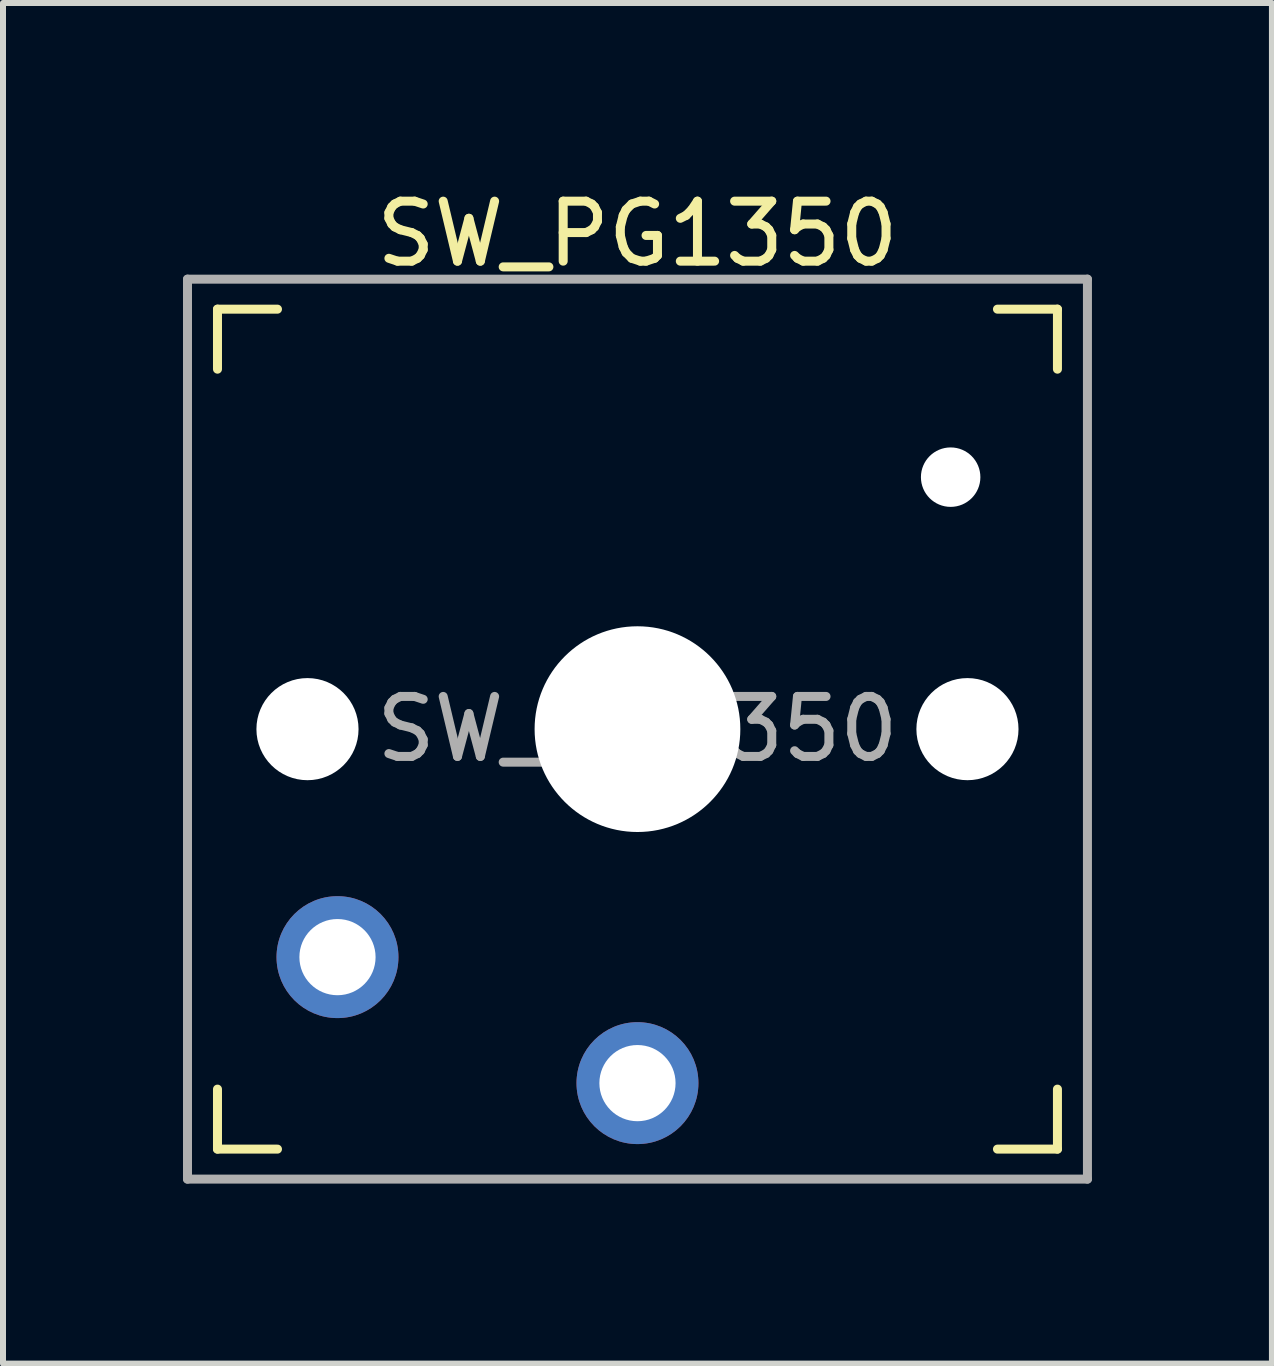
<source format=kicad_pcb>
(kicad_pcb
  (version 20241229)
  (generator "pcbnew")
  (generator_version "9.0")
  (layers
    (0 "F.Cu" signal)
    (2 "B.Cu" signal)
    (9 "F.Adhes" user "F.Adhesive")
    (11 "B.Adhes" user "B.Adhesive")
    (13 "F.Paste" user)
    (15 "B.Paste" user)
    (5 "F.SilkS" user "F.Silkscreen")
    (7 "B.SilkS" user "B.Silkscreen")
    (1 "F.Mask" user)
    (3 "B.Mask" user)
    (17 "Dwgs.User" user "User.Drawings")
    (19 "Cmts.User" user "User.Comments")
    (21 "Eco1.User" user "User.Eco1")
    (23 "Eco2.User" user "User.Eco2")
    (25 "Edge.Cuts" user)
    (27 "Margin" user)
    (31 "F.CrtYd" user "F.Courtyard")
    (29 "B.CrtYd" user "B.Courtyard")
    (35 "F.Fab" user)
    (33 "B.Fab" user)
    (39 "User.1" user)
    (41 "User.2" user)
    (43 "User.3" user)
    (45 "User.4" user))
  (footprint "SW_PG1350"
    (layer "F.Cu")
    (at 7.575 9.103)
    (property "Reference" "SW_PG1350" (at 0 -8.255 0) (layer "F.SilkS") (effects (font (size 1 1) (thickness 0.15))))
    (attr through_hole)
    (fp_line (start -7 -6) (end -7 -7) (stroke (width 0.15) (type solid)) (layer "F.SilkS"))
    (fp_line (start -7 7) (end -7 6) (stroke (width 0.15) (type solid)) (layer "F.SilkS"))
    (fp_line (start -7 7) (end -6 7) (stroke (width 0.15) (type solid)) (layer "F.SilkS"))
    (fp_line (start -6 -7) (end -7 -7) (stroke (width 0.15) (type solid)) (layer "F.SilkS"))
    (fp_line (start 6 7) (end 7 7) (stroke (width 0.15) (type solid)) (layer "F.SilkS"))
    (fp_line (start 7 -7) (end 6 -7) (stroke (width 0.15) (type solid)) (layer "F.SilkS"))
    (fp_line (start 7 -7) (end 7 -6) (stroke (width 0.15) (type solid)) (layer "F.SilkS"))
    (fp_line (start 7 6) (end 7 7) (stroke (width 0.15) (type solid)) (layer "F.SilkS"))
    (fp_line (start -6.9 6.9) (end -6.9 -6.9) (stroke (width 0.15) (type solid)) (layer "Eco2.User"))
    (fp_line (start -6.9 6.9) (end 6.9 6.9) (stroke (width 0.15) (type solid)) (layer "Eco2.User"))
    (fp_line (start -2.6 -3.1) (end -2.6 -6.3) (stroke (width 0.15) (type solid)) (layer "Eco2.User"))
    (fp_line (start -2.6 -3.1) (end 2.6 -3.1) (stroke (width 0.15) (type solid)) (layer "Eco2.User"))
    (fp_line (start 2.6 -6.3) (end -2.6 -6.3) (stroke (width 0.15) (type solid)) (layer "Eco2.User"))
    (fp_line (start 2.6 -3.1) (end 2.6 -6.3) (stroke (width 0.15) (type solid)) (layer "Eco2.User"))
    (fp_line (start 6.9 -6.9) (end -6.9 -6.9) (stroke (width 0.15) (type solid)) (layer "Eco2.User"))
    (fp_line (start 6.9 -6.9) (end 6.9 6.9) (stroke (width 0.15) (type solid)) (layer "Eco2.User"))
    (fp_line (start -7.5 -7.5) (end 7.5 -7.5) (stroke (width 0.15) (type solid)) (layer "F.Fab"))
    (fp_line (start -7.5 7.5) (end -7.5 -7.5) (stroke (width 0.15) (type solid)) (layer "F.Fab"))
    (fp_line (start 7.5 -7.5) (end 7.5 7.5) (stroke (width 0.15) (type solid)) (layer "F.Fab"))
    (fp_line (start 7.5 7.5) (end -7.5 7.5) (stroke (width 0.15) (type solid)) (layer "F.Fab"))
    (fp_text user "${REFERENCE}" (at 0 0 0) (layer "F.Fab") (effects (font (size 1 1) (thickness 0.15))))
    (pad "" np_thru_hole circle (at -5.5 0) (size 1.702 1.702) (drill 1.702) (layers "*.Cu" "*.Mask"))
    (pad "" np_thru_hole circle (at 0 0) (size 3.429 3.429) (drill 3.429) (layers "*.Cu" "*.Mask"))
    (pad "" np_thru_hole circle (at 5.22 -4.2) (size 0.991 0.991) (drill 0.991) (layers "*.Cu" "*.Mask"))
    (pad "" np_thru_hole circle (at 5.5 0) (size 1.702 1.702) (drill 1.702) (layers "*.Cu" "*.Mask"))
    (pad "1" thru_hole circle (at 0 5.9) (size 2.032 2.032) (drill 1.27) (layers "*.Cu" "*.Mask"))
    (pad "2" thru_hole circle (at -5 3.8) (size 2.032 2.032) (drill 1.27) (layers "*.Cu" "*.Mask")))
  (gr_rect
    (start -3 -3)
    (end 18.15 19.678)
    (stroke (width 0.1) (type default))
    (fill no)
    (layer "Edge.Cuts")))
</source>
